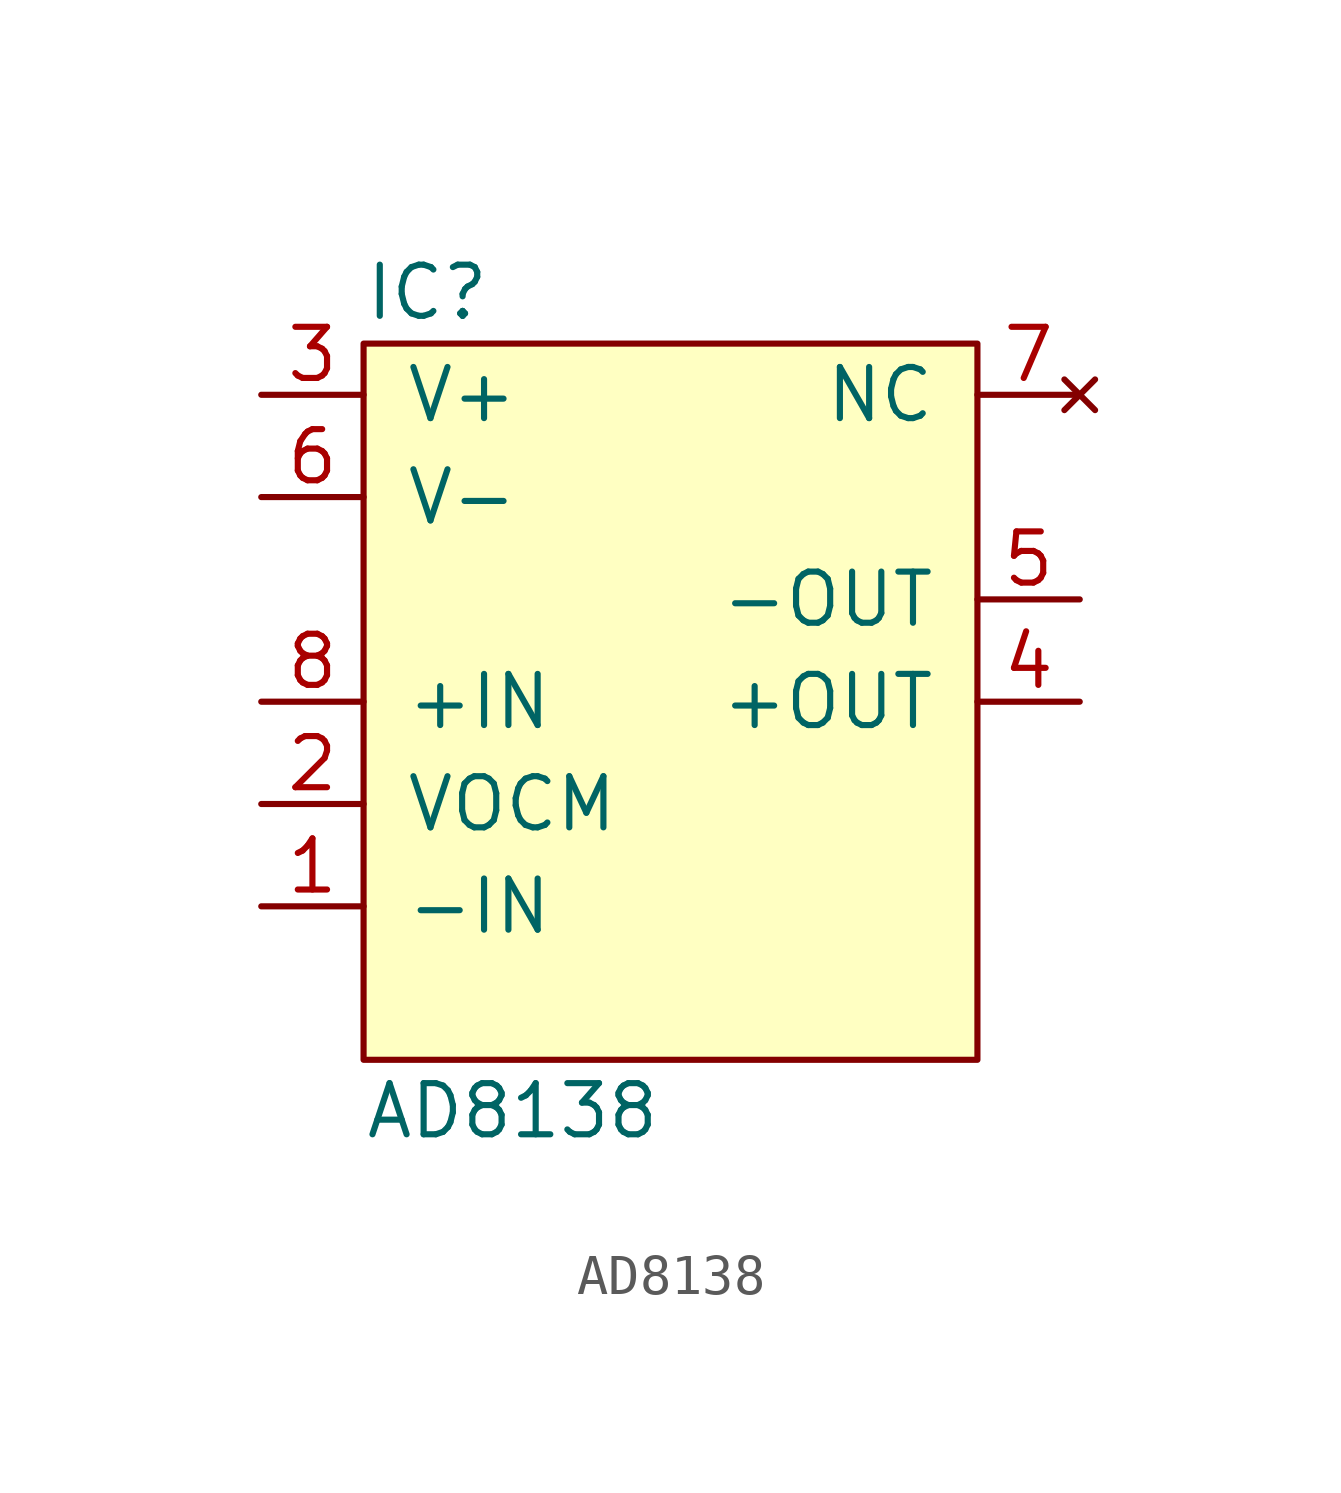
<source format=kicad_sym>
(kicad_symbol_lib
  (version 20211014)
  (generator agg_kicad.build_lib_ic)
  (symbol "AD8138"
    (pin_names
      (offset 1.016))
    (property Reference IC
      (at -7.62 10.16 0)
      (effects (font (size 1.27 1.27)) (justify left)))
    (property Value "AD8138"
      (at -7.62 -10.16 0)
      (effects (font (size 1.27 1.27)) (justify left)))
    (symbol "AD8138_0_0"
      (rectangle (start -7.62 8.89) (end 7.62 -8.89) (stroke (width 0) (type default) (color 0 0 0 0)) (fill (type background)))
      (pin power_in line (at -10.16 7.62 0) (length 2.54) (name "V+" (effects (font (size 1.27 1.27)))) (number "3" (effects (font (size 1.27 1.27)))))
      (pin power_in line (at -10.16 5.08 0) (length 2.54) (name "V-" (effects (font (size 1.27 1.27)))) (number "6" (effects (font (size 1.27 1.27)))))
      (pin input line (at -10.16 0 0) (length 2.54) (name "+IN" (effects (font (size 1.27 1.27)))) (number "8" (effects (font (size 1.27 1.27)))))
      (pin input line (at -10.16 -2.54 0) (length 2.54) (name VOCM (effects (font (size 1.27 1.27)))) (number "2" (effects (font (size 1.27 1.27)))))
      (pin input line (at -10.16 -5.08 0) (length 2.54) (name -IN (effects (font (size 1.27 1.27)))) (number "1" (effects (font (size 1.27 1.27)))))
      (pin no_connect line (at 10.16 7.62 180) (length 2.54) (name NC (effects (font (size 1.27 1.27)))) (number "7" (effects (font (size 1.27 1.27)))))
      (pin output line (at 10.16 2.54 180) (length 2.54) (name -OUT (effects (font (size 1.27 1.27)))) (number "5" (effects (font (size 1.27 1.27)))))
      (pin output line (at 10.16 0 180) (length 2.54) (name "+OUT" (effects (font (size 1.27 1.27)))) (number "4" (effects (font (size 1.27 1.27))))))))
</source>
